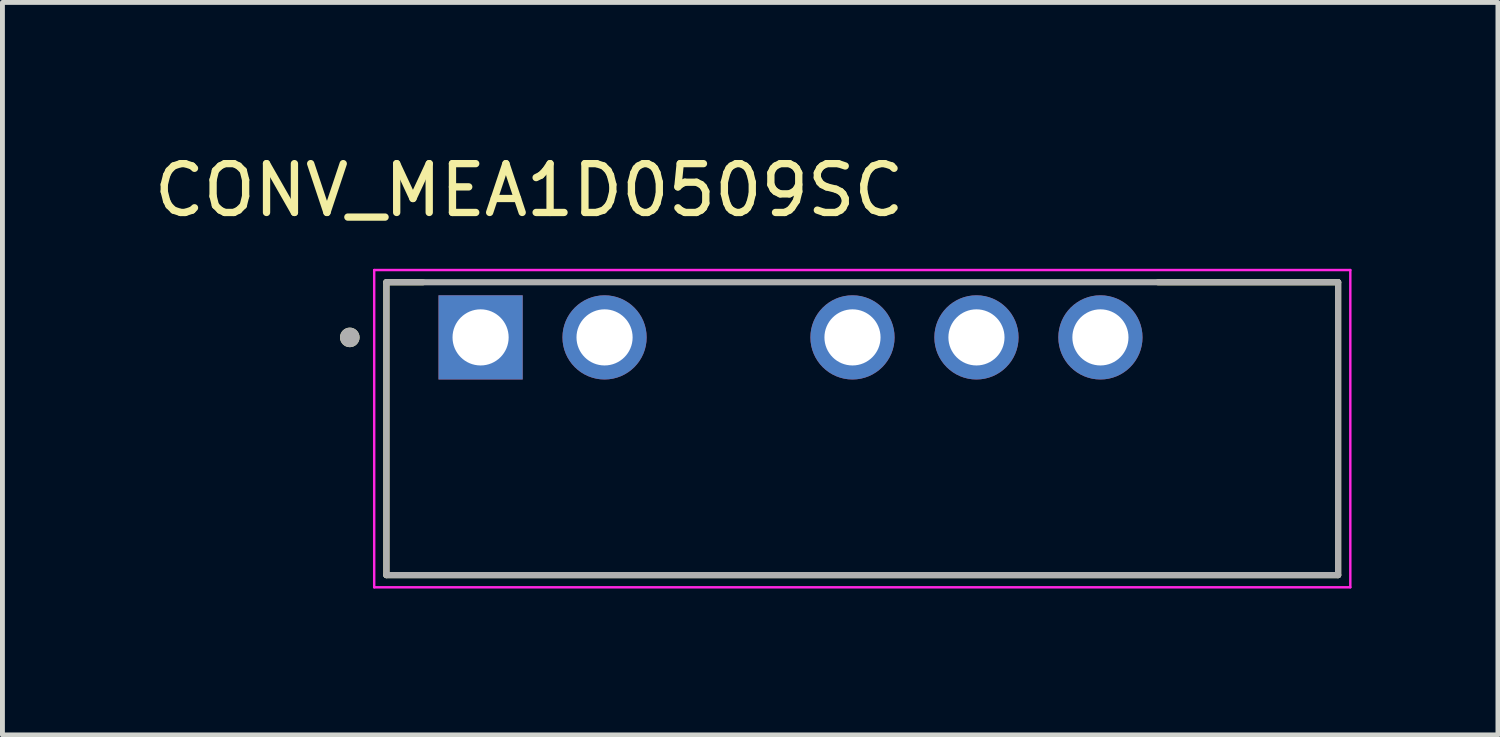
<source format=kicad_pcb>
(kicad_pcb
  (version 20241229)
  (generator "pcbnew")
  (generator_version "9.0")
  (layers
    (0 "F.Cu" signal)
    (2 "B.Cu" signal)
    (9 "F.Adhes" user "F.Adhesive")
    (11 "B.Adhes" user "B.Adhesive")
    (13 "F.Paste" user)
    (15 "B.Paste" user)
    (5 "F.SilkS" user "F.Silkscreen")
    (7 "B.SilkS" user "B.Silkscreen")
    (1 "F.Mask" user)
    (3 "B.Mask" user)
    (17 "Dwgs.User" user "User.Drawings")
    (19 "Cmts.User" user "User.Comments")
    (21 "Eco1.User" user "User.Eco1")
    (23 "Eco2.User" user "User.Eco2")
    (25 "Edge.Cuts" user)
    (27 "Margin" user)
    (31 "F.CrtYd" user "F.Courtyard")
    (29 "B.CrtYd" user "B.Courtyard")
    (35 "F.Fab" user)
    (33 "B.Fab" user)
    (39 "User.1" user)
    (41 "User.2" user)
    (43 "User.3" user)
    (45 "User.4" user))
  (footprint "CONV_MEA1D0509SC"
    (layer "F.Cu")
    (at 14.617 5.733)
    (property "Reference" "CONV_MEA1D0509SC" (at -6.825 -4.885 0) (layer "F.SilkS") (effects (font (size 1 1) (thickness 0.15))))
    (attr through_hole)
    (fp_line (start -9.75 -3) (end -9.002 -3) (stroke (width 0.127) (type solid)) (layer "F.SilkS"))
    (fp_line (start -9.75 3) (end -9.75 -3) (stroke (width 0.127) (type solid)) (layer "F.SilkS"))
    (fp_line (start 6.062 -3) (end 9.75 -3) (stroke (width 0.127) (type solid)) (layer "F.SilkS"))
    (fp_line (start 9.75 -3) (end 9.75 3) (stroke (width 0.127) (type solid)) (layer "F.SilkS"))
    (fp_line (start 9.75 3) (end -9.75 3) (stroke (width 0.127) (type solid)) (layer "F.SilkS"))
    (fp_circle (center -10.5 -1.87) (end -10.4 -1.87) (stroke (width 0.2) (type solid)) (fill no) (layer "F.SilkS"))
    (fp_line (start -10 -3.25) (end -10 3.25) (stroke (width 0.05) (type solid)) (layer "F.CrtYd"))
    (fp_line (start -10 3.25) (end 10 3.25) (stroke (width 0.05) (type solid)) (layer "F.CrtYd"))
    (fp_line (start 10 -3.25) (end -10 -3.25) (stroke (width 0.05) (type solid)) (layer "F.CrtYd"))
    (fp_line (start 10 3.25) (end 10 -3.25) (stroke (width 0.05) (type solid)) (layer "F.CrtYd"))
    (fp_line (start -9.75 -3) (end 9.75 -3) (stroke (width 0.127) (type solid)) (layer "F.Fab"))
    (fp_line (start -9.75 3) (end -9.75 -3) (stroke (width 0.127) (type solid)) (layer "F.Fab"))
    (fp_line (start 9.75 -3) (end 9.75 3) (stroke (width 0.127) (type solid)) (layer "F.Fab"))
    (fp_line (start 9.75 3) (end -9.75 3) (stroke (width 0.127) (type solid)) (layer "F.Fab"))
    (fp_circle (center -10.5 -1.87) (end -10.4 -1.87) (stroke (width 0.2) (type solid)) (fill no) (layer "F.Fab"))
    (pad "1" thru_hole rect (at -7.82 -1.87) (size 1.725 1.725) (drill 1.15) (layers "*.Cu" "*.Mask"))
    (pad "2" thru_hole circle (at -5.28 -1.87) (size 1.725 1.725) (drill 1.15) (layers "*.Cu" "*.Mask"))
    (pad "4" thru_hole circle (at -0.2 -1.87) (size 1.725 1.725) (drill 1.15) (layers "*.Cu" "*.Mask"))
    (pad "5" thru_hole circle (at 2.34 -1.87) (size 1.725 1.725) (drill 1.15) (layers "*.Cu" "*.Mask"))
    (pad "6" thru_hole circle (at 4.88 -1.87) (size 1.725 1.725) (drill 1.15) (layers "*.Cu" "*.Mask")))
  (gr_rect
    (start -3 -3)
    (end 27.642 12.008)
    (stroke (width 0.1) (type default))
    (fill no)
    (layer "Edge.Cuts")))
</source>
